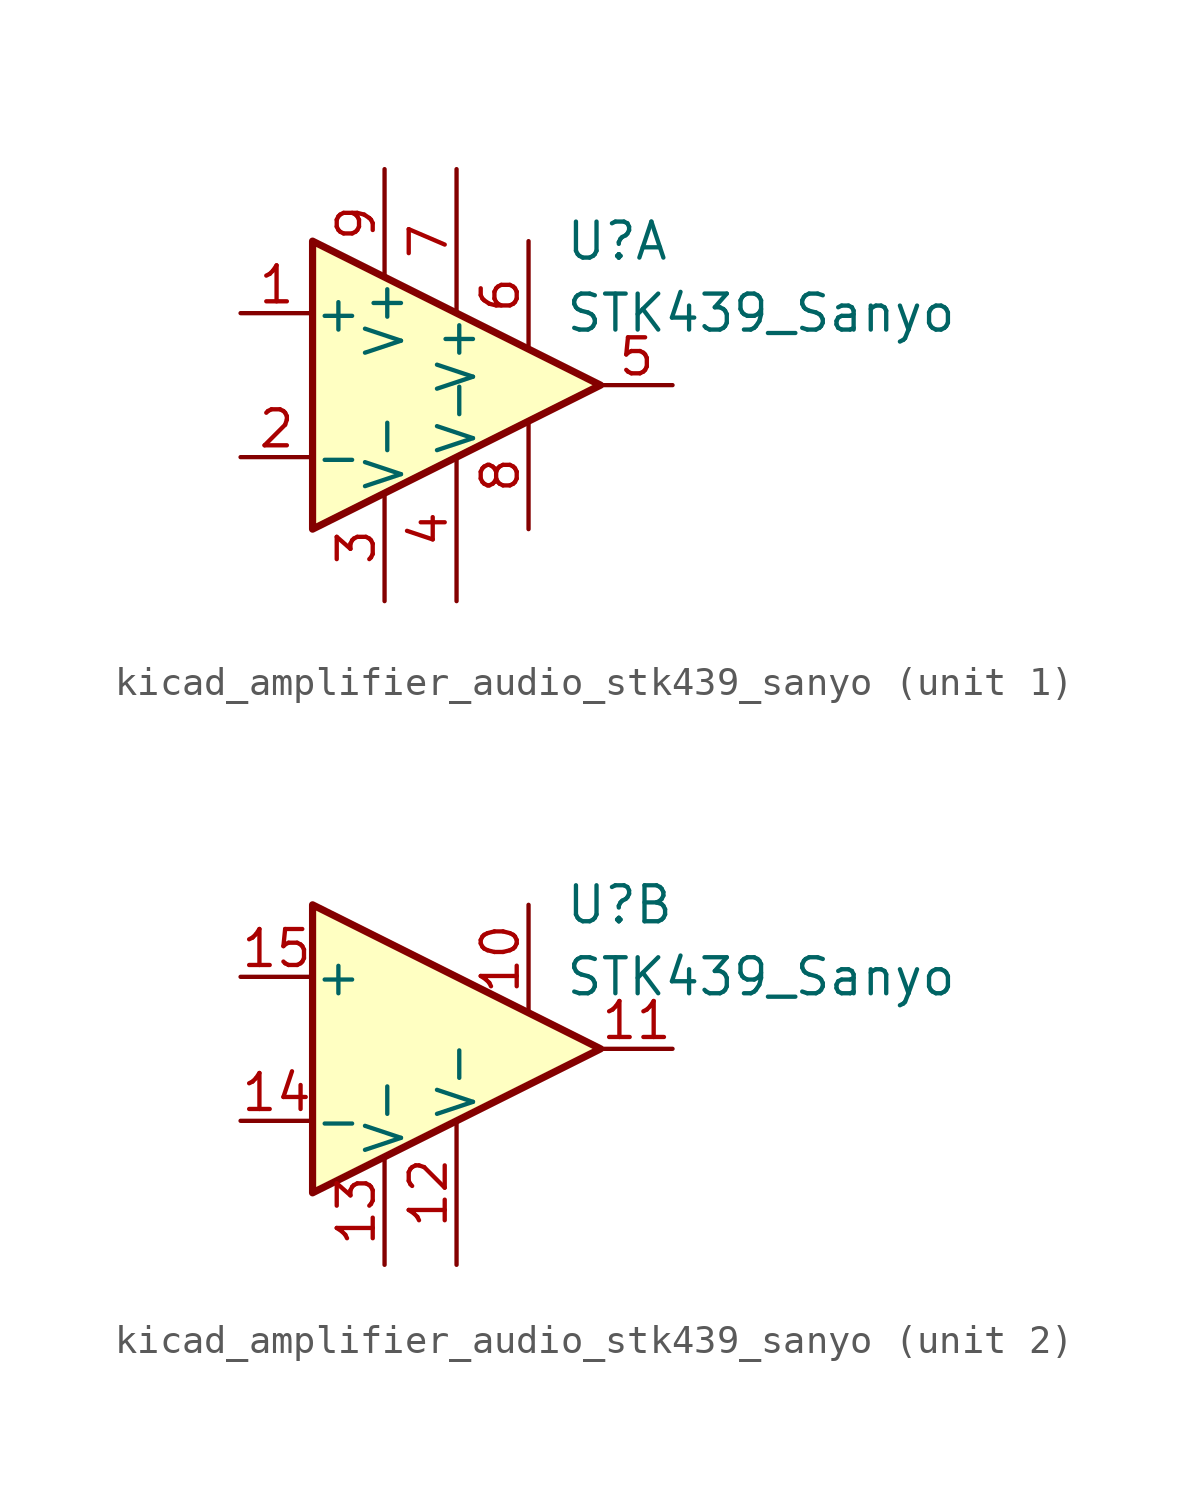
<source format=kicad_sym>
(kicad_symbol_lib
  (version 20220914)
  (generator kicad_symbol_editor)
  (symbol "kicad_amplifier_audio_stk439_sanyo"
    (pin_names
      (offset 0.025))
    (property "Reference" "U"
      (at 3.81 5.08 0)
      (effects (font (size 1.27 1.27)) (justify left)))
    (property "Value" "STK439_Sanyo"
      (at 3.81 2.54 0)
      (effects (font (size 1.27 1.27)) (justify left)))
    (symbol "kicad_amplifier_audio_stk439_sanyo_0_1"
      (polyline (pts (xy -5.08 5.08) (xy 5.08 0) (xy -5.08 -5.08) (xy -5.08 5.08)) (stroke (width 0.254) (type default)) (fill (type background))))
    (symbol "kicad_amplifier_audio_stk439_sanyo_1_1"
      (pin input line (at -7.62 2.54 0) (length 2.54) (name "+" (effects (font (size 1.27 1.27)))) (number "1" (effects (font (size 1.27 1.27)))))
      (pin input line (at -7.62 -2.54 0) (length 2.54) (name "-" (effects (font (size 1.27 1.27)))) (number "2" (effects (font (size 1.27 1.27)))))
      (pin power_in line (at -2.54 -7.62 90) (length 3.81) (name "V-" (effects (font (size 1.27 1.27)))) (number "3" (effects (font (size 1.27 1.27)))))
      (pin power_in line (at 0 -7.62 90) (length 5.08) (name "V-" (effects (font (size 1.27 1.27)))) (number "4" (effects (font (size 1.27 1.27)))))
      (pin output line (at 7.62 0 180) (length 2.54) (name "~" (effects (font (size 1.27 1.27)))) (number "5" (effects (font (size 1.27 1.27)))))
      (pin passive line (at 2.54 5.08 270) (length 3.81) (name "~" (effects (font (size 1.27 1.27)))) (number "6" (effects (font (size 1.27 1.27)))))
      (pin power_in line (at 0 7.62 270) (length 5.08) (name "V+" (effects (font (size 1.27 1.27)))) (number "7" (effects (font (size 1.27 1.27)))))
      (pin power_in line (at 2.54 -5.08 90) (length 3.81) (name "~" (effects (font (size 1.27 1.27)))) (number "8" (effects (font (size 1.27 1.27)))))
      (pin power_in line (at -2.54 7.62 270) (length 3.81) (name "V+" (effects (font (size 1.27 1.27)))) (number "9" (effects (font (size 1.27 1.27))))))
    (symbol "kicad_amplifier_audio_stk439_sanyo_2_1"
      (pin passive line (at 2.54 5.08 270) (length 3.81) (name "~" (effects (font (size 1.27 1.27)))) (number "10" (effects (font (size 1.27 1.27)))))
      (pin output line (at 7.62 0 180) (length 2.54) (name "~" (effects (font (size 1.27 1.27)))) (number "11" (effects (font (size 1.27 1.27)))))
      (pin power_in line (at 0 -7.62 90) (length 5.08) (name "V-" (effects (font (size 1.27 1.27)))) (number "12" (effects (font (size 1.27 1.27)))))
      (pin power_in line (at -2.54 -7.62 90) (length 3.81) (name "V-" (effects (font (size 1.27 1.27)))) (number "13" (effects (font (size 1.27 1.27)))))
      (pin input line (at -7.62 -2.54 0) (length 2.54) (name "-" (effects (font (size 1.27 1.27)))) (number "14" (effects (font (size 1.27 1.27)))))
      (pin input line (at -7.62 2.54 0) (length 2.54) (name "+" (effects (font (size 1.27 1.27)))) (number "15" (effects (font (size 1.27 1.27))))))))
</source>
